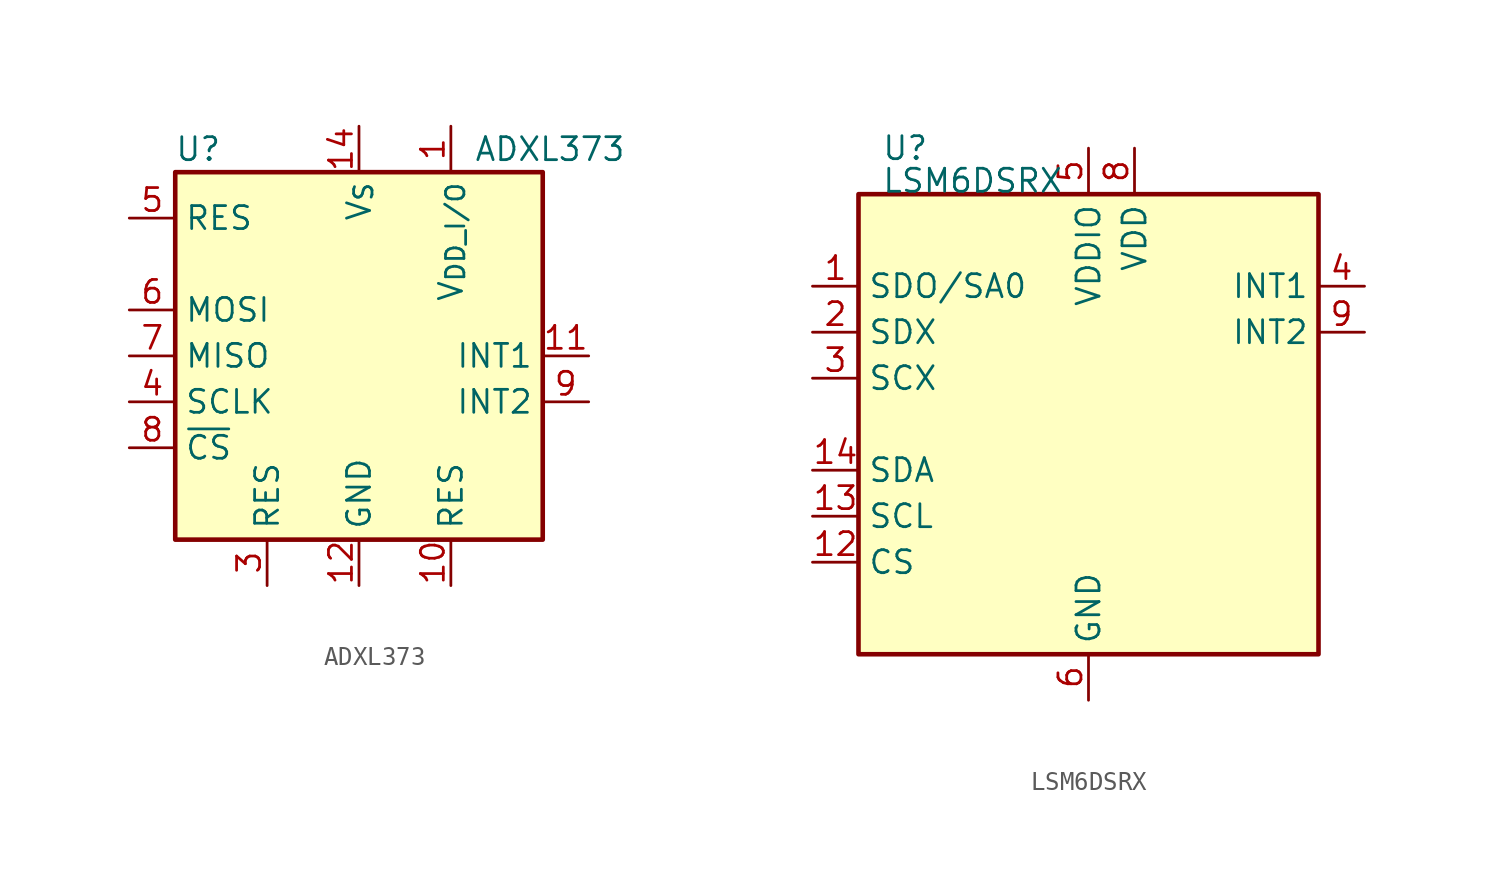
<source format=kicad_sym>
(kicad_symbol_lib
  (version 20241209)
  (generator "kicad_symbol_editor")
  (generator_version "9.0")
  (symbol "ADXL373"
    (property "Reference" "U"
      (at -8.89 11.43 0)
      (effects (font (size 1.27 1.27))))
    (property "Value" "ADXL373"
      (at 6.35 11.43 0)
      (effects (font (size 1.27 1.27)) (justify left)))
    (symbol "ADXL373_0_1"
      (rectangle (start -10.16 10.16) (end 10.16 -10.16) (stroke (width 0.254) (type default)) (fill (type background))))
    (symbol "ADXL373_1_1"
      (pin input line (at -12.7 7.62 0) (length 2.54) (name "RES" (effects (font (size 1.27 1.27)))) (number "5" (effects (font (size 1.27 1.27)))))
      (pin input line (at -12.7 2.54 0) (length 2.54) (name "MOSI" (effects (font (size 1.27 1.27)))) (number "6" (effects (font (size 1.27 1.27)))))
      (pin output line (at -12.7 0 0) (length 2.54) (name "MISO" (effects (font (size 1.27 1.27)))) (number "7" (effects (font (size 1.27 1.27)))))
      (pin input line (at -12.7 -2.54 0) (length 2.54) (name "SCLK" (effects (font (size 1.27 1.27)))) (number "4" (effects (font (size 1.27 1.27)))))
      (pin input line (at -12.7 -5.08 0) (length 2.54) (name "~{CS}" (effects (font (size 1.27 1.27)))) (number "8" (effects (font (size 1.27 1.27)))))
      (pin passive line (at -5.08 -12.7 90) (length 2.54) (name "RES" (effects (font (size 1.27 1.27)))) (number "3" (effects (font (size 1.27 1.27)))))
      (pin power_in line (at 0 12.7 270) (length 2.54) (name "V_{S}" (effects (font (size 1.27 1.27)))) (number "14" (effects (font (size 1.27 1.27)))))
      (pin power_in line (at 0 -12.7 90) (length 2.54) (name "GND" (effects (font (size 1.27 1.27)))) (number "12" (effects (font (size 1.27 1.27)))))
      (pin passive line (at 0 -12.7 90) (length 2.54) (hide yes) (name "GND" (effects (font (size 1.27 1.27)))) (number "13" (effects (font (size 1.27 1.27)))))
      (pin passive line (at 0 -12.7 90) (length 2.54) (hide yes) (name "GND" (effects (font (size 1.27 1.27)))) (number "16" (effects (font (size 1.27 1.27)))))
      (pin power_in line (at 5.08 12.7 270) (length 2.54) (name "V_{DD_I/O}" (effects (font (size 1.27 1.27)))) (number "1" (effects (font (size 1.27 1.27)))))
      (pin passive line (at 5.08 -12.7 90) (length 2.54) (name "RES" (effects (font (size 1.27 1.27)))) (number "10" (effects (font (size 1.27 1.27)))))
      (pin output line (at 12.7 0 180) (length 2.54) (name "INT1" (effects (font (size 1.27 1.27)))) (number "11" (effects (font (size 1.27 1.27)))))
      (pin output line (at 12.7 -2.54 180) (length 2.54) (name "INT2" (effects (font (size 1.27 1.27)))) (number "9" (effects (font (size 1.27 1.27)))))))
  (symbol "LSM6DSRX"
    (property "Reference" "U"
      (at -11.43 15.24 0)
      (effects (font (size 1.27 1.27)) (justify left)))
    (property "Value" "LSM6DSRX"
      (at -11.43 12.7 0)
      (effects (font (size 1.27 1.27)) (justify left bottom)))
    (symbol "LSM6DSRX_0_1"
      (rectangle (start -12.7 12.7) (end 12.7 -12.7) (stroke (width 0.254) (type default)) (fill (type background))))
    (symbol "LSM6DSRX_1_1"
      (pin bidirectional line (at -15.24 7.62 0) (length 2.54) (name "SDO/SA0" (effects (font (size 1.27 1.27)))) (number "1" (effects (font (size 1.27 1.27)))))
      (pin bidirectional line (at -15.24 5.08 0) (length 2.54) (name "SDX" (effects (font (size 1.27 1.27)))) (number "2" (effects (font (size 1.27 1.27)))))
      (pin input line (at -15.24 2.54 0) (length 2.54) (name "SCX" (effects (font (size 1.27 1.27)))) (number "3" (effects (font (size 1.27 1.27)))))
      (pin bidirectional line (at -15.24 -2.54 0) (length 2.54) (name "SDA" (effects (font (size 1.27 1.27)))) (number "14" (effects (font (size 1.27 1.27)))))
      (pin input line (at -15.24 -5.08 0) (length 2.54) (name "SCL" (effects (font (size 1.27 1.27)))) (number "13" (effects (font (size 1.27 1.27)))))
      (pin input line (at -15.24 -7.62 0) (length 2.54) (name "CS" (effects (font (size 1.27 1.27)))) (number "12" (effects (font (size 1.27 1.27)))))
      (pin power_in line (at 0 15.24 270) (length 2.54) (name "VDDIO" (effects (font (size 1.27 1.27)))) (number "5" (effects (font (size 1.27 1.27)))))
      (pin power_in line (at 0 -15.24 90) (length 2.54) (name "GND" (effects (font (size 1.27 1.27)))) (number "6" (effects (font (size 1.27 1.27)))))
      (pin passive line (at 0 -15.24 90) (length 2.54) (hide yes) (name "GND" (effects (font (size 1.27 1.27)))) (number "7" (effects (font (size 1.27 1.27)))))
      (pin power_in line (at 2.54 15.24 270) (length 2.54) (name "VDD" (effects (font (size 1.27 1.27)))) (number "8" (effects (font (size 1.27 1.27)))))
      (pin no_connect line (at 12.7 -2.54 180) (length 3.81) (hide yes) (name "NC" (effects (font (size 1.27 1.27)))) (number "11" (effects (font (size 1.27 1.27)))))
      (pin no_connect line (at 12.7 -5.08 180) (length 3.81) (hide yes) (name "NC" (effects (font (size 1.27 1.27)))) (number "10" (effects (font (size 1.27 1.27)))))
      (pin output line (at 15.24 7.62 180) (length 2.54) (name "INT1" (effects (font (size 1.27 1.27)))) (number "4" (effects (font (size 1.27 1.27)))))
      (pin output line (at 15.24 5.08 180) (length 2.54) (name "INT2" (effects (font (size 1.27 1.27)))) (number "9" (effects (font (size 1.27 1.27))))))))
</source>
